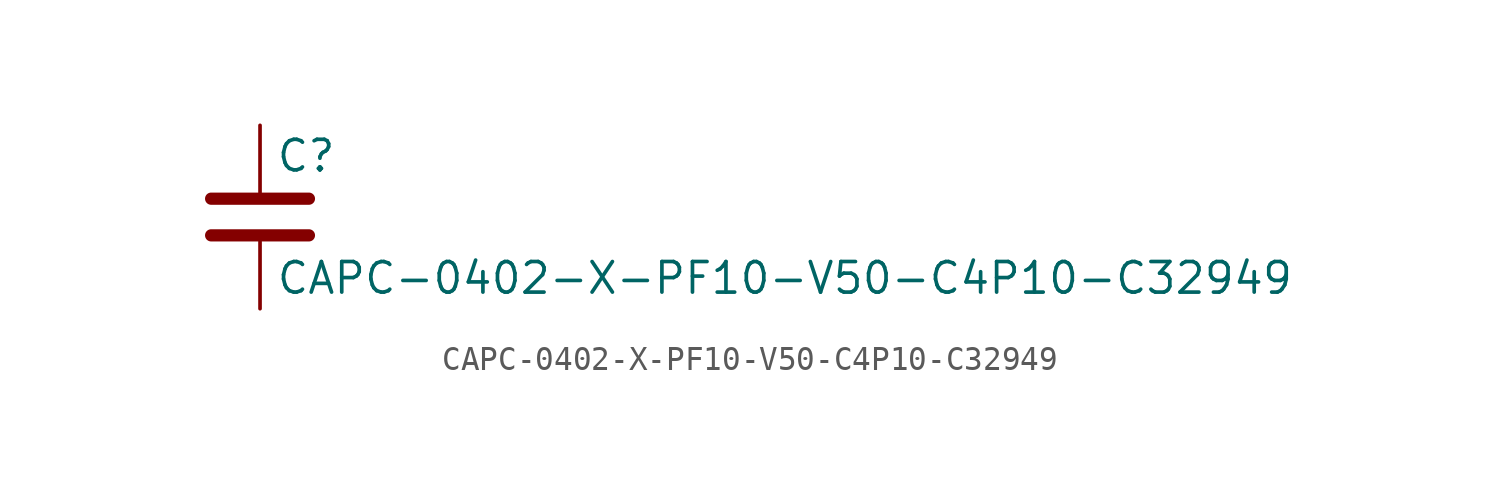
<source format=kicad_sym>
(kicad_symbol_lib
  (version 20211014)
  (generator kicad_symbol_editor)
  (symbol "CAPC-0402-X-PF10-V50-C4P10-C32949"
    (pin_numbers hide)
    (pin_names
      (offset 0.254))
    (property "Reference" "C"
      (at 0.635 2.54 0)
      (effects (font (size 1.27 1.27)) (justify left)))
    (property "Value" "CAPC-0402-X-PF10-V50-C4P10-C32949"
      (at 0.635 -2.54 0)
      (effects (font (size 1.27 1.27)) (justify left)))
    (symbol "CAPC-0402-X-PF10-V50-C4P10-C32949_0_1"
      (polyline (pts (xy -2.032 -0.762) (xy 2.032 -0.762)) (stroke (width 0.508) (type default) (color 0 0 0 0)) (fill (type none)))
      (polyline (pts (xy -2.032 0.762) (xy 2.032 0.762)) (stroke (width 0.508) (type default) (color 0 0 0 0)) (fill (type none))))
    (symbol "CAPC-0402-X-PF10-V50-C4P10-C32949_1_1"
      (pin passive line (at 0 3.81 270) (length 2.794) (name "~" (effects (font (size 1.27 1.27)))) (number "1" (effects (font (size 1.27 1.27)))))
      (pin passive line (at 0 -3.81 90) (length 2.794) (name "~" (effects (font (size 1.27 1.27)))) (number "2" (effects (font (size 1.27 1.27))))))))
</source>
